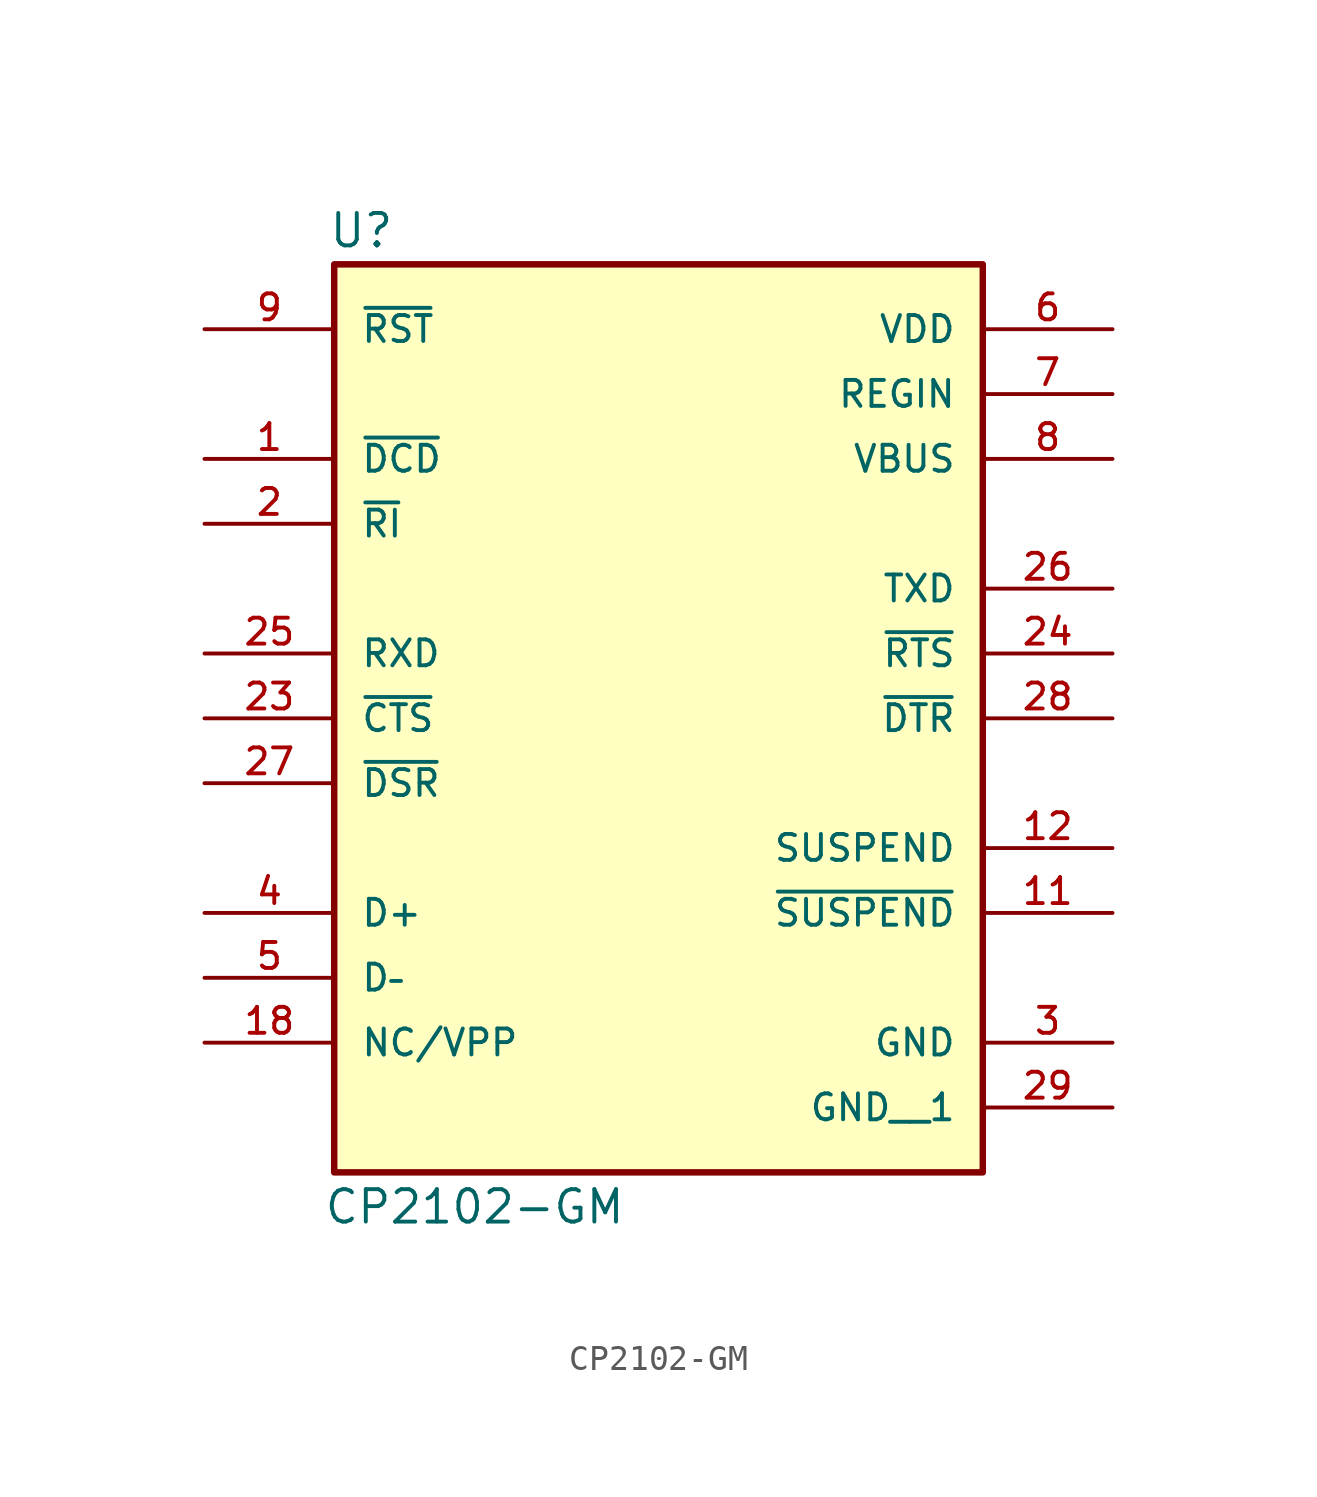
<source format=kicad_sym>
(kicad_symbol_lib
  (version 20211014)
  (generator kicad_symbol_editor)
  (symbol "CP2102-GM"
    (pin_names
      (offset 1.016))
    (property "Reference" "U"
      (at -12.944 18.359 0)
      (effects (font (size 1.27 1.27)) (justify bottom left)))
    (property "Value" "CP2102-GM"
      (at -13.135 -19.871 0)
      (effects (font (size 1.27 1.27)) (justify bottom left)))
    (symbol "CP2102-GM_0_0"
      (rectangle (start -12.7 -17.78) (end 12.7 17.78) (stroke (width 0.254)) (fill (type background)))
      (pin output line (at 17.78 0.0 180.0) (length 5.08) (name "~{DTR}" (effects (font (size 1.016 1.016)))) (number "28" (effects (font (size 1.016 1.016)))))
      (pin output line (at 17.78 -5.08 180.0) (length 5.08) (name "SUSPEND" (effects (font (size 1.016 1.016)))) (number "12" (effects (font (size 1.016 1.016)))))
      (pin input line (at -17.78 7.62 0) (length 5.08) (name "~{RI}" (effects (font (size 1.016 1.016)))) (number "2" (effects (font (size 1.016 1.016)))))
      (pin output line (at 17.78 -7.62 180.0) (length 5.08) (name "~{SUSPEND}" (effects (font (size 1.016 1.016)))) (number "11" (effects (font (size 1.016 1.016)))))
      (pin power_in line (at 17.78 10.16 180.0) (length 5.08) (name "VBUS" (effects (font (size 1.016 1.016)))) (number "8" (effects (font (size 1.016 1.016)))))
      (pin power_in line (at 17.78 15.24 180.0) (length 5.08) (name "VDD" (effects (font (size 1.016 1.016)))) (number "6" (effects (font (size 1.016 1.016)))))
      (pin power_in line (at 17.78 -12.7 180.0) (length 5.08) (name "GND" (effects (font (size 1.016 1.016)))) (number "3" (effects (font (size 1.016 1.016)))))
      (pin input line (at -17.78 0.0 0) (length 5.08) (name "~{CTS}" (effects (font (size 1.016 1.016)))) (number "23" (effects (font (size 1.016 1.016)))))
      (pin input line (at -17.78 2.54 0) (length 5.08) (name "RXD" (effects (font (size 1.016 1.016)))) (number "25" (effects (font (size 1.016 1.016)))))
      (pin input line (at -17.78 10.16 0) (length 5.08) (name "~{DCD}" (effects (font (size 1.016 1.016)))) (number "1" (effects (font (size 1.016 1.016)))))
      (pin output line (at 17.78 5.08 180.0) (length 5.08) (name "TXD" (effects (font (size 1.016 1.016)))) (number "26" (effects (font (size 1.016 1.016)))))
      (pin output line (at 17.78 2.54 180.0) (length 5.08) (name "~{RTS}" (effects (font (size 1.016 1.016)))) (number "24" (effects (font (size 1.016 1.016)))))
      (pin power_in line (at 17.78 12.7 180.0) (length 5.08) (name "REGIN" (effects (font (size 1.016 1.016)))) (number "7" (effects (font (size 1.016 1.016)))))
      (pin bidirectional line (at -17.78 -7.62 0) (length 5.08) (name "D+" (effects (font (size 1.016 1.016)))) (number "4" (effects (font (size 1.016 1.016)))))
      (pin bidirectional line (at -17.78 15.24 0) (length 5.08) (name "~{RST}" (effects (font (size 1.016 1.016)))) (number "9" (effects (font (size 1.016 1.016)))))
      (pin bidirectional line (at -17.78 -10.16 0) (length 5.08) (name "D–" (effects (font (size 1.016 1.016)))) (number "5" (effects (font (size 1.016 1.016)))))
      (pin input line (at -17.78 -2.54 0) (length 5.08) (name "~{DSR}" (effects (font (size 1.016 1.016)))) (number "27" (effects (font (size 1.016 1.016)))))
      (pin bidirectional line (at -17.78 -12.7 0) (length 5.08) (name "NC/VPP" (effects (font (size 1.016 1.016)))) (number "18" (effects (font (size 1.016 1.016)))))
      (pin power_in line (at 17.78 -15.24 180.0) (length 5.08) (name "GND__1" (effects (font (size 1.016 1.016)))) (number "29" (effects (font (size 1.016 1.016))))))))
</source>
